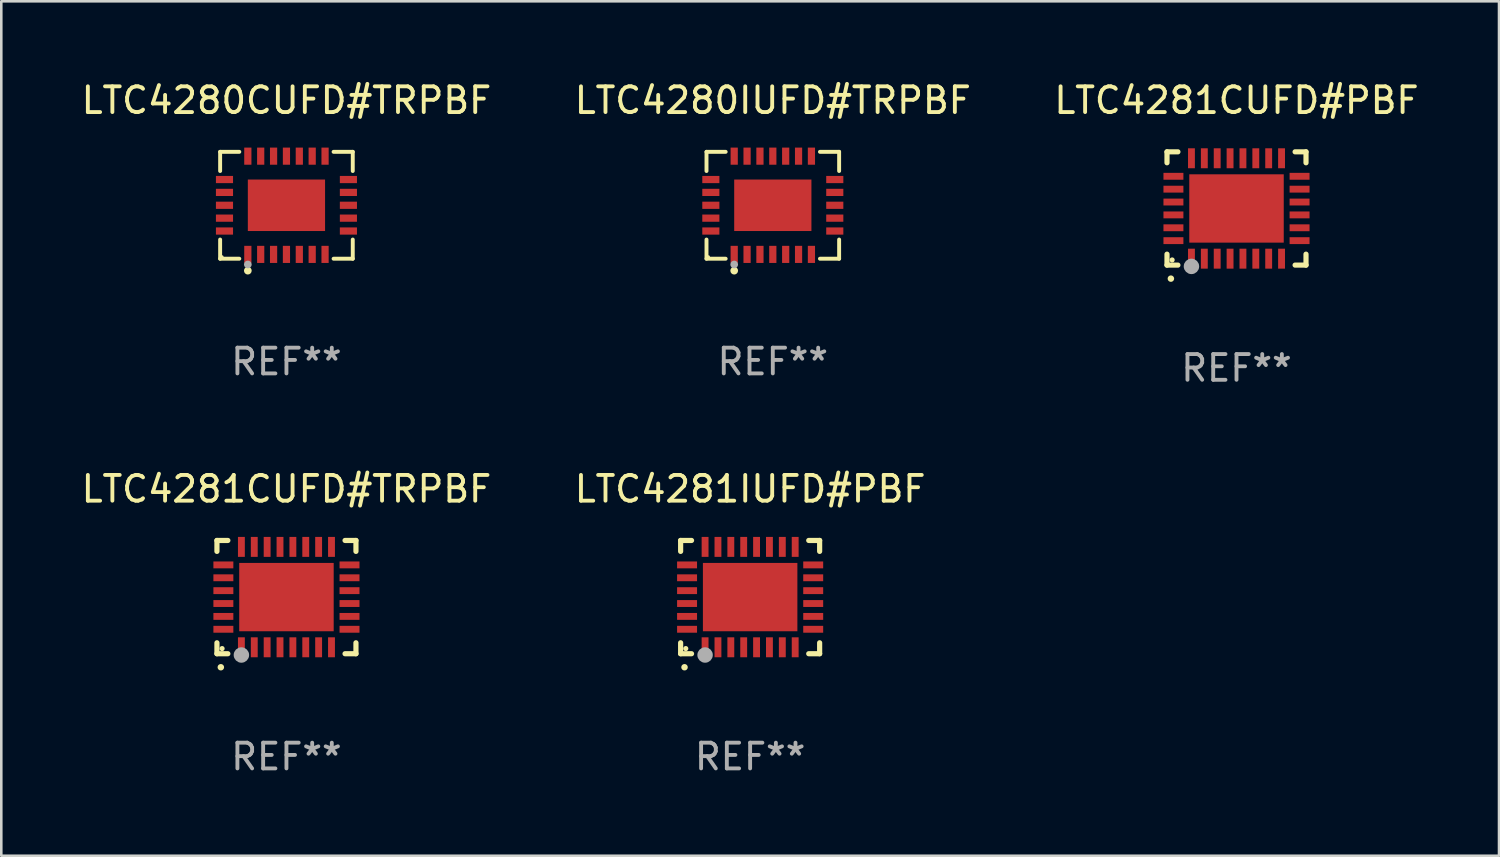
<source format=kicad_pcb>
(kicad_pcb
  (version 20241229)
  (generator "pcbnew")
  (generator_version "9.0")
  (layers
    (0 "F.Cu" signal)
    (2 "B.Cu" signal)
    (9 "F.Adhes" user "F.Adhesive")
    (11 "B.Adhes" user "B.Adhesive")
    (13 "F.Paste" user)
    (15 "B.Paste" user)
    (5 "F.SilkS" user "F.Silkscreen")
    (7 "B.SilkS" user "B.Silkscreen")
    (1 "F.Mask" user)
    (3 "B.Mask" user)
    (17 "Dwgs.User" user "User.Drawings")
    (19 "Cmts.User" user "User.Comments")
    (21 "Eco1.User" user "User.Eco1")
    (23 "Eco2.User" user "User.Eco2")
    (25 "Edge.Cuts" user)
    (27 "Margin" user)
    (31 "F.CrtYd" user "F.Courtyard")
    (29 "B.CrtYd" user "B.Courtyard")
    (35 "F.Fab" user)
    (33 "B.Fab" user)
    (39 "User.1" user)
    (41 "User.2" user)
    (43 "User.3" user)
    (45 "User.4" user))
  (footprint "LTC4280CUFD#TRPBF"
    (layer "F.Cu")
    (at 8.077 4.924)
    (property "Reference" "LTC4280CUFD#TRPBF" (at 0 -4.076 0) (layer "F.SilkS") (effects (font (size 1 1) (thickness 0.15))))
    (attr through_hole)
    (fp_line (start -2.576 -2.076) (end -1.831 -2.076) (stroke (width 0.152) (type solid)) (layer "F.SilkS"))
    (fp_line (start -2.576 -1.331) (end -2.576 -2.076) (stroke (width 0.152) (type solid)) (layer "F.SilkS"))
    (fp_line (start -2.576 1.331) (end -2.576 2.076) (stroke (width 0.152) (type solid)) (layer "F.SilkS"))
    (fp_line (start -2.576 2.076) (end -1.831 2.076) (stroke (width 0.152) (type solid)) (layer "F.SilkS"))
    (fp_line (start 2.576 -2.076) (end 1.831 -2.076) (stroke (width 0.152) (type solid)) (layer "F.SilkS"))
    (fp_line (start 2.576 -1.331) (end 2.576 -2.076) (stroke (width 0.152) (type solid)) (layer "F.SilkS"))
    (fp_line (start 2.576 1.331) (end 2.576 2.076) (stroke (width 0.152) (type solid)) (layer "F.SilkS"))
    (fp_line (start 2.576 2.076) (end 1.831 2.076) (stroke (width 0.152) (type solid)) (layer "F.SilkS"))
    (fp_circle (center -2.5 2) (end -2.47 2) (stroke (width 0.06) (type solid)) (fill no) (layer "F.SilkS"))
    (fp_circle (center -1.5 2.54) (end -1.425 2.54) (stroke (width 0.15) (type solid)) (fill no) (layer "F.SilkS"))
    (fp_circle (center -1.5 2.3) (end -1.425 2.3) (stroke (width 0.15) (type solid)) (fill no) (layer "F.Fab"))
    (fp_text user "REF**" (at 0 6.076 0) (layer "F.Fab") (effects (font (size 1 1) (thickness 0.15))))
    (pad "1" smd rect (at -1.5 1.908) (size 0.28 0.665) (layers "F.Cu" "F.Mask" "F.Paste"))
    (pad "2" smd rect (at -1 1.908) (size 0.28 0.665) (layers "F.Cu" "F.Mask" "F.Paste"))
    (pad "3" smd rect (at -0.5 1.908) (size 0.28 0.665) (layers "F.Cu" "F.Mask" "F.Paste"))
    (pad "4" smd rect (at 0 1.908) (size 0.28 0.665) (layers "F.Cu" "F.Mask" "F.Paste"))
    (pad "5" smd rect (at 0.5 1.908) (size 0.28 0.665) (layers "F.Cu" "F.Mask" "F.Paste"))
    (pad "6" smd rect (at 1 1.908) (size 0.28 0.665) (layers "F.Cu" "F.Mask" "F.Paste"))
    (pad "7" smd rect (at 1.5 1.908) (size 0.28 0.665) (layers "F.Cu" "F.Mask" "F.Paste"))
    (pad "8" smd rect (at 2.407 1) (size 0.665 0.28) (layers "F.Cu" "F.Mask" "F.Paste"))
    (pad "9" smd rect (at 2.407 0.5) (size 0.665 0.28) (layers "F.Cu" "F.Mask" "F.Paste"))
    (pad "10" smd rect (at 2.407 0) (size 0.665 0.28) (layers "F.Cu" "F.Mask" "F.Paste"))
    (pad "11" smd rect (at 2.407 -0.5) (size 0.665 0.28) (layers "F.Cu" "F.Mask" "F.Paste"))
    (pad "12" smd rect (at 2.407 -1) (size 0.665 0.28) (layers "F.Cu" "F.Mask" "F.Paste"))
    (pad "13" smd rect (at 1.5 -1.908) (size 0.28 0.665) (layers "F.Cu" "F.Mask" "F.Paste"))
    (pad "14" smd rect (at 1 -1.908) (size 0.28 0.665) (layers "F.Cu" "F.Mask" "F.Paste"))
    (pad "15" smd rect (at 0.5 -1.908) (size 0.28 0.665) (layers "F.Cu" "F.Mask" "F.Paste"))
    (pad "16" smd rect (at 0 -1.908) (size 0.28 0.665) (layers "F.Cu" "F.Mask" "F.Paste"))
    (pad "17" smd rect (at -0.5 -1.908) (size 0.28 0.665) (layers "F.Cu" "F.Mask" "F.Paste"))
    (pad "18" smd rect (at -1 -1.908) (size 0.28 0.665) (layers "F.Cu" "F.Mask" "F.Paste"))
    (pad "19" smd rect (at -1.5 -1.908) (size 0.28 0.665) (layers "F.Cu" "F.Mask" "F.Paste"))
    (pad "20" smd rect (at -2.407 -1) (size 0.665 0.28) (layers "F.Cu" "F.Mask" "F.Paste"))
    (pad "21" smd rect (at -2.407 -0.5) (size 0.665 0.28) (layers "F.Cu" "F.Mask" "F.Paste"))
    (pad "22" smd rect (at -2.407 0) (size 0.665 0.28) (layers "F.Cu" "F.Mask" "F.Paste"))
    (pad "23" smd rect (at -2.407 0.5) (size 0.665 0.28) (layers "F.Cu" "F.Mask" "F.Paste"))
    (pad "24" smd rect (at -2.407 1) (size 0.665 0.28) (layers "F.Cu" "F.Mask" "F.Paste"))
    (pad "25" smd rect (at 0 0) (size 3 2) (layers "F.Cu" "F.Mask" "F.Paste")))
  (footprint "LTC4280IUFD#TRPBF"
    (layer "F.Cu")
    (at 26.97 4.924)
    (property "Reference" "LTC4280IUFD#TRPBF" (at 0 -4.076 0) (layer "F.SilkS") (effects (font (size 1 1) (thickness 0.15))))
    (attr through_hole)
    (fp_line (start -2.576 -2.076) (end -1.831 -2.076) (stroke (width 0.152) (type solid)) (layer "F.SilkS"))
    (fp_line (start -2.576 -1.331) (end -2.576 -2.076) (stroke (width 0.152) (type solid)) (layer "F.SilkS"))
    (fp_line (start -2.576 1.331) (end -2.576 2.076) (stroke (width 0.152) (type solid)) (layer "F.SilkS"))
    (fp_line (start -2.576 2.076) (end -1.831 2.076) (stroke (width 0.152) (type solid)) (layer "F.SilkS"))
    (fp_line (start 2.576 -2.076) (end 1.831 -2.076) (stroke (width 0.152) (type solid)) (layer "F.SilkS"))
    (fp_line (start 2.576 -1.331) (end 2.576 -2.076) (stroke (width 0.152) (type solid)) (layer "F.SilkS"))
    (fp_line (start 2.576 1.331) (end 2.576 2.076) (stroke (width 0.152) (type solid)) (layer "F.SilkS"))
    (fp_line (start 2.576 2.076) (end 1.831 2.076) (stroke (width 0.152) (type solid)) (layer "F.SilkS"))
    (fp_circle (center -2.5 2) (end -2.47 2) (stroke (width 0.06) (type solid)) (fill no) (layer "F.SilkS"))
    (fp_circle (center -1.5 2.54) (end -1.425 2.54) (stroke (width 0.15) (type solid)) (fill no) (layer "F.SilkS"))
    (fp_circle (center -1.5 2.3) (end -1.425 2.3) (stroke (width 0.15) (type solid)) (fill no) (layer "F.Fab"))
    (fp_text user "REF**" (at 0 6.076 0) (layer "F.Fab") (effects (font (size 1 1) (thickness 0.15))))
    (pad "1" smd rect (at -1.5 1.908) (size 0.28 0.665) (layers "F.Cu" "F.Mask" "F.Paste"))
    (pad "2" smd rect (at -1 1.908) (size 0.28 0.665) (layers "F.Cu" "F.Mask" "F.Paste"))
    (pad "3" smd rect (at -0.5 1.908) (size 0.28 0.665) (layers "F.Cu" "F.Mask" "F.Paste"))
    (pad "4" smd rect (at 0 1.908) (size 0.28 0.665) (layers "F.Cu" "F.Mask" "F.Paste"))
    (pad "5" smd rect (at 0.5 1.908) (size 0.28 0.665) (layers "F.Cu" "F.Mask" "F.Paste"))
    (pad "6" smd rect (at 1 1.908) (size 0.28 0.665) (layers "F.Cu" "F.Mask" "F.Paste"))
    (pad "7" smd rect (at 1.5 1.908) (size 0.28 0.665) (layers "F.Cu" "F.Mask" "F.Paste"))
    (pad "8" smd rect (at 2.407 1) (size 0.665 0.28) (layers "F.Cu" "F.Mask" "F.Paste"))
    (pad "9" smd rect (at 2.407 0.5) (size 0.665 0.28) (layers "F.Cu" "F.Mask" "F.Paste"))
    (pad "10" smd rect (at 2.407 0) (size 0.665 0.28) (layers "F.Cu" "F.Mask" "F.Paste"))
    (pad "11" smd rect (at 2.407 -0.5) (size 0.665 0.28) (layers "F.Cu" "F.Mask" "F.Paste"))
    (pad "12" smd rect (at 2.407 -1) (size 0.665 0.28) (layers "F.Cu" "F.Mask" "F.Paste"))
    (pad "13" smd rect (at 1.5 -1.908) (size 0.28 0.665) (layers "F.Cu" "F.Mask" "F.Paste"))
    (pad "14" smd rect (at 1 -1.908) (size 0.28 0.665) (layers "F.Cu" "F.Mask" "F.Paste"))
    (pad "15" smd rect (at 0.5 -1.908) (size 0.28 0.665) (layers "F.Cu" "F.Mask" "F.Paste"))
    (pad "16" smd rect (at 0 -1.908) (size 0.28 0.665) (layers "F.Cu" "F.Mask" "F.Paste"))
    (pad "17" smd rect (at -0.5 -1.908) (size 0.28 0.665) (layers "F.Cu" "F.Mask" "F.Paste"))
    (pad "18" smd rect (at -1 -1.908) (size 0.28 0.665) (layers "F.Cu" "F.Mask" "F.Paste"))
    (pad "19" smd rect (at -1.5 -1.908) (size 0.28 0.665) (layers "F.Cu" "F.Mask" "F.Paste"))
    (pad "20" smd rect (at -2.407 -1) (size 0.665 0.28) (layers "F.Cu" "F.Mask" "F.Paste"))
    (pad "21" smd rect (at -2.407 -0.5) (size 0.665 0.28) (layers "F.Cu" "F.Mask" "F.Paste"))
    (pad "22" smd rect (at -2.407 0) (size 0.665 0.28) (layers "F.Cu" "F.Mask" "F.Paste"))
    (pad "23" smd rect (at -2.407 0.5) (size 0.665 0.28) (layers "F.Cu" "F.Mask" "F.Paste"))
    (pad "24" smd rect (at -2.407 1) (size 0.665 0.28) (layers "F.Cu" "F.Mask" "F.Paste"))
    (pad "25" smd rect (at 0 0) (size 3 2) (layers "F.Cu" "F.Mask" "F.Paste")))
  (footprint "LTC4281CUFD#TRPBF"
    (layer "F.Cu")
    (at 8.077 20.144)
    (property "Reference" "LTC4281CUFD#TRPBF" (at 0 -4.2 0) (layer "F.SilkS") (effects (font (size 1 1) (thickness 0.15))))
    (attr through_hole)
    (fp_line (start -2.7 -2.2) (end -2.276 -2.2) (stroke (width 0.201) (type solid)) (layer "F.SilkS"))
    (fp_line (start -2.7 -1.775) (end -2.7 -2.2) (stroke (width 0.201) (type solid)) (layer "F.SilkS"))
    (fp_line (start -2.7 2.2) (end -2.7 1.775) (stroke (width 0.201) (type solid)) (layer "F.SilkS"))
    (fp_line (start -2.276 2.2) (end -2.7 2.2) (stroke (width 0.201) (type solid)) (layer "F.SilkS"))
    (fp_line (start 2.276 2.2) (end 2.7 2.2) (stroke (width 0.201) (type solid)) (layer "F.SilkS"))
    (fp_line (start 2.7 -2.2) (end 2.276 -2.2) (stroke (width 0.201) (type solid)) (layer "F.SilkS"))
    (fp_line (start 2.7 -1.775) (end 2.7 -2.2) (stroke (width 0.201) (type solid)) (layer "F.SilkS"))
    (fp_line (start 2.7 2.2) (end 2.7 1.775) (stroke (width 0.201) (type solid)) (layer "F.SilkS"))
    (fp_arc (start -2.550165 2.725425) (mid -2.548895 2.725419) (end -2.547625 2.725425) (stroke (width 0.24892) (type solid)) (layer "F.SilkS"))
    (fp_circle (center -2.5 2) (end -2.45 2) (stroke (width 0.1) (type solid)) (fill no) (layer "F.SilkS"))
    (fp_circle (center -1.75 2.25) (end -1.6 2.25) (stroke (width 0.3) (type solid)) (fill no) (layer "F.Fab"))
    (fp_text user "REF**" (at 0 6.2 0) (layer "F.Fab") (effects (font (size 1 1) (thickness 0.15))))
    (pad "1" smd rect (at -1.75 1.95) (size 0.267 0.775) (layers "F.Cu" "F.Mask" "F.Paste"))
    (pad "2" smd rect (at -1.25 1.95) (size 0.267 0.775) (layers "F.Cu" "F.Mask" "F.Paste"))
    (pad "3" smd rect (at -0.75 1.95) (size 0.267 0.775) (layers "F.Cu" "F.Mask" "F.Paste"))
    (pad "4" smd rect (at -0.25 1.95) (size 0.267 0.775) (layers "F.Cu" "F.Mask" "F.Paste"))
    (pad "5" smd rect (at 0.25 1.95) (size 0.267 0.775) (layers "F.Cu" "F.Mask" "F.Paste"))
    (pad "6" smd rect (at 0.75 1.95) (size 0.267 0.775) (layers "F.Cu" "F.Mask" "F.Paste"))
    (pad "7" smd rect (at 1.25 1.95) (size 0.267 0.775) (layers "F.Cu" "F.Mask" "F.Paste"))
    (pad "8" smd rect (at 1.75 1.95) (size 0.267 0.775) (layers "F.Cu" "F.Mask" "F.Paste"))
    (pad "9" smd rect (at 2.45 1.25) (size 0.775 0.267) (layers "F.Cu" "F.Mask" "F.Paste"))
    (pad "10" smd rect (at 2.45 0.75) (size 0.775 0.267) (layers "F.Cu" "F.Mask" "F.Paste"))
    (pad "11" smd rect (at 2.45 0.25) (size 0.775 0.267) (layers "F.Cu" "F.Mask" "F.Paste"))
    (pad "12" smd rect (at 2.45 -0.25) (size 0.775 0.267) (layers "F.Cu" "F.Mask" "F.Paste"))
    (pad "13" smd rect (at 2.45 -0.75) (size 0.775 0.267) (layers "F.Cu" "F.Mask" "F.Paste"))
    (pad "14" smd rect (at 2.45 -1.25) (size 0.775 0.267) (layers "F.Cu" "F.Mask" "F.Paste"))
    (pad "15" smd rect (at 1.75 -1.95) (size 0.267 0.775) (layers "F.Cu" "F.Mask" "F.Paste"))
    (pad "16" smd rect (at 1.25 -1.95) (size 0.267 0.775) (layers "F.Cu" "F.Mask" "F.Paste"))
    (pad "17" smd rect (at 0.75 -1.95) (size 0.267 0.775) (layers "F.Cu" "F.Mask" "F.Paste"))
    (pad "18" smd rect (at 0.25 -1.95) (size 0.267 0.775) (layers "F.Cu" "F.Mask" "F.Paste"))
    (pad "19" smd rect (at -0.25 -1.95) (size 0.267 0.775) (layers "F.Cu" "F.Mask" "F.Paste"))
    (pad "20" smd rect (at -0.75 -1.95) (size 0.267 0.775) (layers "F.Cu" "F.Mask" "F.Paste"))
    (pad "21" smd rect (at -1.25 -1.95) (size 0.267 0.775) (layers "F.Cu" "F.Mask" "F.Paste"))
    (pad "22" smd rect (at -1.75 -1.95) (size 0.267 0.775) (layers "F.Cu" "F.Mask" "F.Paste"))
    (pad "23" smd rect (at -2.45 -1.25) (size 0.775 0.267) (layers "F.Cu" "F.Mask" "F.Paste"))
    (pad "24" smd rect (at -2.45 -0.75) (size 0.775 0.267) (layers "F.Cu" "F.Mask" "F.Paste"))
    (pad "25" smd rect (at -2.45 -0.25) (size 0.775 0.267) (layers "F.Cu" "F.Mask" "F.Paste"))
    (pad "26" smd rect (at -2.45 0.25) (size 0.775 0.267) (layers "F.Cu" "F.Mask" "F.Paste"))
    (pad "27" smd rect (at -2.45 0.75) (size 0.775 0.267) (layers "F.Cu" "F.Mask" "F.Paste"))
    (pad "28" smd rect (at -2.45 1.25) (size 0.775 0.267) (layers "F.Cu" "F.Mask" "F.Paste"))
    (pad "29" smd rect (at 0.000127 0.000127) (size 3.67 2.654) (layers "F.Cu" "F.Mask" "F.Paste")))
  (footprint "LTC4281IUFD#PBF"
    (layer "F.Cu")
    (at 26.089 20.144)
    (property "Reference" "LTC4281IUFD#PBF" (at 0 -4.2 0) (layer "F.SilkS") (effects (font (size 1 1) (thickness 0.15))))
    (attr through_hole)
    (fp_line (start -2.7 -2.2) (end -2.276 -2.2) (stroke (width 0.201) (type solid)) (layer "F.SilkS"))
    (fp_line (start -2.7 -1.775) (end -2.7 -2.2) (stroke (width 0.201) (type solid)) (layer "F.SilkS"))
    (fp_line (start -2.7 2.2) (end -2.7 1.775) (stroke (width 0.201) (type solid)) (layer "F.SilkS"))
    (fp_line (start -2.276 2.2) (end -2.7 2.2) (stroke (width 0.201) (type solid)) (layer "F.SilkS"))
    (fp_line (start 2.276 2.2) (end 2.7 2.2) (stroke (width 0.201) (type solid)) (layer "F.SilkS"))
    (fp_line (start 2.7 -2.2) (end 2.276 -2.2) (stroke (width 0.201) (type solid)) (layer "F.SilkS"))
    (fp_line (start 2.7 -1.775) (end 2.7 -2.2) (stroke (width 0.201) (type solid)) (layer "F.SilkS"))
    (fp_line (start 2.7 2.2) (end 2.7 1.775) (stroke (width 0.201) (type solid)) (layer "F.SilkS"))
    (fp_arc (start -2.550165 2.725425) (mid -2.548895 2.725419) (end -2.547625 2.725425) (stroke (width 0.24892) (type solid)) (layer "F.SilkS"))
    (fp_circle (center -2.5 2) (end -2.45 2) (stroke (width 0.1) (type solid)) (fill no) (layer "F.SilkS"))
    (fp_circle (center -1.75 2.25) (end -1.6 2.25) (stroke (width 0.3) (type solid)) (fill no) (layer "F.Fab"))
    (fp_text user "REF**" (at 0 6.2 0) (layer "F.Fab") (effects (font (size 1 1) (thickness 0.15))))
    (pad "1" smd rect (at -1.75 1.95) (size 0.267 0.775) (layers "F.Cu" "F.Mask" "F.Paste"))
    (pad "2" smd rect (at -1.25 1.95) (size 0.267 0.775) (layers "F.Cu" "F.Mask" "F.Paste"))
    (pad "3" smd rect (at -0.75 1.95) (size 0.267 0.775) (layers "F.Cu" "F.Mask" "F.Paste"))
    (pad "4" smd rect (at -0.25 1.95) (size 0.267 0.775) (layers "F.Cu" "F.Mask" "F.Paste"))
    (pad "5" smd rect (at 0.25 1.95) (size 0.267 0.775) (layers "F.Cu" "F.Mask" "F.Paste"))
    (pad "6" smd rect (at 0.75 1.95) (size 0.267 0.775) (layers "F.Cu" "F.Mask" "F.Paste"))
    (pad "7" smd rect (at 1.25 1.95) (size 0.267 0.775) (layers "F.Cu" "F.Mask" "F.Paste"))
    (pad "8" smd rect (at 1.75 1.95) (size 0.267 0.775) (layers "F.Cu" "F.Mask" "F.Paste"))
    (pad "9" smd rect (at 2.45 1.25) (size 0.775 0.267) (layers "F.Cu" "F.Mask" "F.Paste"))
    (pad "10" smd rect (at 2.45 0.75) (size 0.775 0.267) (layers "F.Cu" "F.Mask" "F.Paste"))
    (pad "11" smd rect (at 2.45 0.25) (size 0.775 0.267) (layers "F.Cu" "F.Mask" "F.Paste"))
    (pad "12" smd rect (at 2.45 -0.25) (size 0.775 0.267) (layers "F.Cu" "F.Mask" "F.Paste"))
    (pad "13" smd rect (at 2.45 -0.75) (size 0.775 0.267) (layers "F.Cu" "F.Mask" "F.Paste"))
    (pad "14" smd rect (at 2.45 -1.25) (size 0.775 0.267) (layers "F.Cu" "F.Mask" "F.Paste"))
    (pad "15" smd rect (at 1.75 -1.95) (size 0.267 0.775) (layers "F.Cu" "F.Mask" "F.Paste"))
    (pad "16" smd rect (at 1.25 -1.95) (size 0.267 0.775) (layers "F.Cu" "F.Mask" "F.Paste"))
    (pad "17" smd rect (at 0.75 -1.95) (size 0.267 0.775) (layers "F.Cu" "F.Mask" "F.Paste"))
    (pad "18" smd rect (at 0.25 -1.95) (size 0.267 0.775) (layers "F.Cu" "F.Mask" "F.Paste"))
    (pad "19" smd rect (at -0.25 -1.95) (size 0.267 0.775) (layers "F.Cu" "F.Mask" "F.Paste"))
    (pad "20" smd rect (at -0.75 -1.95) (size 0.267 0.775) (layers "F.Cu" "F.Mask" "F.Paste"))
    (pad "21" smd rect (at -1.25 -1.95) (size 0.267 0.775) (layers "F.Cu" "F.Mask" "F.Paste"))
    (pad "22" smd rect (at -1.75 -1.95) (size 0.267 0.775) (layers "F.Cu" "F.Mask" "F.Paste"))
    (pad "23" smd rect (at -2.45 -1.25) (size 0.775 0.267) (layers "F.Cu" "F.Mask" "F.Paste"))
    (pad "24" smd rect (at -2.45 -0.75) (size 0.775 0.267) (layers "F.Cu" "F.Mask" "F.Paste"))
    (pad "25" smd rect (at -2.45 -0.25) (size 0.775 0.267) (layers "F.Cu" "F.Mask" "F.Paste"))
    (pad "26" smd rect (at -2.45 0.25) (size 0.775 0.267) (layers "F.Cu" "F.Mask" "F.Paste"))
    (pad "27" smd rect (at -2.45 0.75) (size 0.775 0.267) (layers "F.Cu" "F.Mask" "F.Paste"))
    (pad "28" smd rect (at -2.45 1.25) (size 0.775 0.267) (layers "F.Cu" "F.Mask" "F.Paste"))
    (pad "29" smd rect (at 0.000127 0.000127) (size 3.67 2.654) (layers "F.Cu" "F.Mask" "F.Paste")))
  (footprint "LTC4281CUFD#PBF"
    (layer "F.Cu")
    (at 44.982 5.048)
    (property "Reference" "LTC4281CUFD#PBF" (at 0 -4.2 0) (layer "F.SilkS") (effects (font (size 1 1) (thickness 0.15))))
    (attr through_hole)
    (fp_line (start -2.7 -2.2) (end -2.276 -2.2) (stroke (width 0.201) (type solid)) (layer "F.SilkS"))
    (fp_line (start -2.7 -1.775) (end -2.7 -2.2) (stroke (width 0.201) (type solid)) (layer "F.SilkS"))
    (fp_line (start -2.7 2.2) (end -2.7 1.775) (stroke (width 0.201) (type solid)) (layer "F.SilkS"))
    (fp_line (start -2.276 2.2) (end -2.7 2.2) (stroke (width 0.201) (type solid)) (layer "F.SilkS"))
    (fp_line (start 2.276 2.2) (end 2.7 2.2) (stroke (width 0.201) (type solid)) (layer "F.SilkS"))
    (fp_line (start 2.7 -2.2) (end 2.276 -2.2) (stroke (width 0.201) (type solid)) (layer "F.SilkS"))
    (fp_line (start 2.7 -1.775) (end 2.7 -2.2) (stroke (width 0.201) (type solid)) (layer "F.SilkS"))
    (fp_line (start 2.7 2.2) (end 2.7 1.775) (stroke (width 0.201) (type solid)) (layer "F.SilkS"))
    (fp_arc (start -2.550165 2.725425) (mid -2.548895 2.725419) (end -2.547625 2.725425) (stroke (width 0.24892) (type solid)) (layer "F.SilkS"))
    (fp_circle (center -2.5 2) (end -2.45 2) (stroke (width 0.1) (type solid)) (fill no) (layer "F.SilkS"))
    (fp_circle (center -1.75 2.25) (end -1.6 2.25) (stroke (width 0.3) (type solid)) (fill no) (layer "F.Fab"))
    (fp_text user "REF**" (at 0 6.2 0) (layer "F.Fab") (effects (font (size 1 1) (thickness 0.15))))
    (pad "1" smd rect (at -1.75 1.95) (size 0.267 0.775) (layers "F.Cu" "F.Mask" "F.Paste"))
    (pad "2" smd rect (at -1.25 1.95) (size 0.267 0.775) (layers "F.Cu" "F.Mask" "F.Paste"))
    (pad "3" smd rect (at -0.75 1.95) (size 0.267 0.775) (layers "F.Cu" "F.Mask" "F.Paste"))
    (pad "4" smd rect (at -0.25 1.95) (size 0.267 0.775) (layers "F.Cu" "F.Mask" "F.Paste"))
    (pad "5" smd rect (at 0.25 1.95) (size 0.267 0.775) (layers "F.Cu" "F.Mask" "F.Paste"))
    (pad "6" smd rect (at 0.75 1.95) (size 0.267 0.775) (layers "F.Cu" "F.Mask" "F.Paste"))
    (pad "7" smd rect (at 1.25 1.95) (size 0.267 0.775) (layers "F.Cu" "F.Mask" "F.Paste"))
    (pad "8" smd rect (at 1.75 1.95) (size 0.267 0.775) (layers "F.Cu" "F.Mask" "F.Paste"))
    (pad "9" smd rect (at 2.45 1.25) (size 0.775 0.267) (layers "F.Cu" "F.Mask" "F.Paste"))
    (pad "10" smd rect (at 2.45 0.75) (size 0.775 0.267) (layers "F.Cu" "F.Mask" "F.Paste"))
    (pad "11" smd rect (at 2.45 0.25) (size 0.775 0.267) (layers "F.Cu" "F.Mask" "F.Paste"))
    (pad "12" smd rect (at 2.45 -0.25) (size 0.775 0.267) (layers "F.Cu" "F.Mask" "F.Paste"))
    (pad "13" smd rect (at 2.45 -0.75) (size 0.775 0.267) (layers "F.Cu" "F.Mask" "F.Paste"))
    (pad "14" smd rect (at 2.45 -1.25) (size 0.775 0.267) (layers "F.Cu" "F.Mask" "F.Paste"))
    (pad "15" smd rect (at 1.75 -1.95) (size 0.267 0.775) (layers "F.Cu" "F.Mask" "F.Paste"))
    (pad "16" smd rect (at 1.25 -1.95) (size 0.267 0.775) (layers "F.Cu" "F.Mask" "F.Paste"))
    (pad "17" smd rect (at 0.75 -1.95) (size 0.267 0.775) (layers "F.Cu" "F.Mask" "F.Paste"))
    (pad "18" smd rect (at 0.25 -1.95) (size 0.267 0.775) (layers "F.Cu" "F.Mask" "F.Paste"))
    (pad "19" smd rect (at -0.25 -1.95) (size 0.267 0.775) (layers "F.Cu" "F.Mask" "F.Paste"))
    (pad "20" smd rect (at -0.75 -1.95) (size 0.267 0.775) (layers "F.Cu" "F.Mask" "F.Paste"))
    (pad "21" smd rect (at -1.25 -1.95) (size 0.267 0.775) (layers "F.Cu" "F.Mask" "F.Paste"))
    (pad "22" smd rect (at -1.75 -1.95) (size 0.267 0.775) (layers "F.Cu" "F.Mask" "F.Paste"))
    (pad "23" smd rect (at -2.45 -1.25) (size 0.775 0.267) (layers "F.Cu" "F.Mask" "F.Paste"))
    (pad "24" smd rect (at -2.45 -0.75) (size 0.775 0.267) (layers "F.Cu" "F.Mask" "F.Paste"))
    (pad "25" smd rect (at -2.45 -0.25) (size 0.775 0.267) (layers "F.Cu" "F.Mask" "F.Paste"))
    (pad "26" smd rect (at -2.45 0.25) (size 0.775 0.267) (layers "F.Cu" "F.Mask" "F.Paste"))
    (pad "27" smd rect (at -2.45 0.75) (size 0.775 0.267) (layers "F.Cu" "F.Mask" "F.Paste"))
    (pad "28" smd rect (at -2.45 1.25) (size 0.775 0.267) (layers "F.Cu" "F.Mask" "F.Paste"))
    (pad "29" smd rect (at 0.000127 0.000127) (size 3.67 2.654) (layers "F.Cu" "F.Mask" "F.Paste")))
  (gr_rect
    (start -3 -3)
    (end 55.179 30.192)
    (stroke (width 0.1) (type default))
    (fill no)
    (layer "Edge.Cuts")))
</source>
